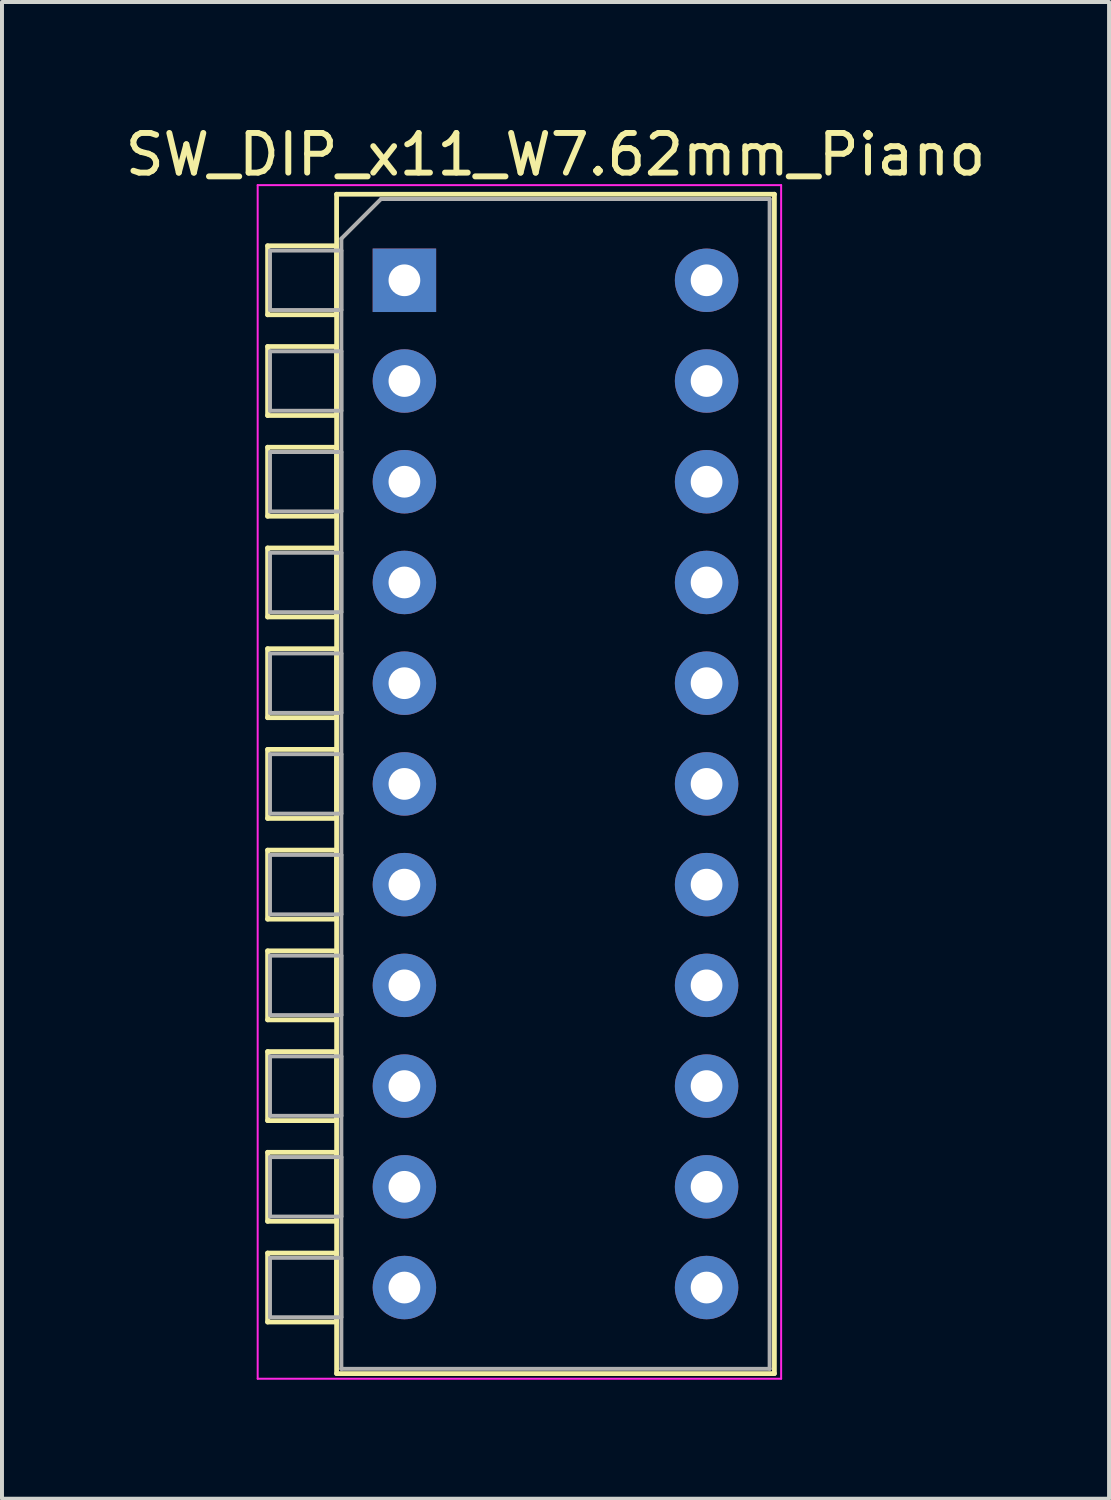
<source format=kicad_pcb>
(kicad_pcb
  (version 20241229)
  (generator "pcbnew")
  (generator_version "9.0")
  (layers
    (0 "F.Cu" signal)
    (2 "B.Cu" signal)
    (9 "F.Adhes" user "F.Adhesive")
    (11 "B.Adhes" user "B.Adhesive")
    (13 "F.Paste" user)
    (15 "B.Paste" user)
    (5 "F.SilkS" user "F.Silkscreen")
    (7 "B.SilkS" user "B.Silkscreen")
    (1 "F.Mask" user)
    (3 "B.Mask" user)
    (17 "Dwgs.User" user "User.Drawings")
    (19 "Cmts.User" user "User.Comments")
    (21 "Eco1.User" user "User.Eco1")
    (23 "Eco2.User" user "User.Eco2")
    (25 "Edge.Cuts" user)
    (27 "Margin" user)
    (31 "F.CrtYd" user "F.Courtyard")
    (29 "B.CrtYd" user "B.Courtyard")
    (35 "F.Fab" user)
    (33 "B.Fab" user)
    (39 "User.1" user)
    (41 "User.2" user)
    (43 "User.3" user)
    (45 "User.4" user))
  (footprint "SW_DIP_x11_W7.62mm_Piano"
    (layer "F.Cu")
    (at 7.148 4.018)
    (property "Reference" "SW_DIP_x11_W7.62mm_Piano" (at 3.81 -3.17 0) (layer "F.SilkS") (effects (font (size 1 1) (thickness 0.15))))
    (attr through_hole)
    (fp_line (start -3.45 -0.87) (end -3.45 0.87) (stroke (width 0.12) (type solid)) (layer "F.SilkS"))
    (fp_line (start -3.45 0.87) (end -1.71 0.87) (stroke (width 0.12) (type solid)) (layer "F.SilkS"))
    (fp_line (start -3.45 1.67) (end -3.45 3.41) (stroke (width 0.12) (type solid)) (layer "F.SilkS"))
    (fp_line (start -3.45 3.41) (end -1.71 3.41) (stroke (width 0.12) (type solid)) (layer "F.SilkS"))
    (fp_line (start -3.45 4.21) (end -3.45 5.95) (stroke (width 0.12) (type solid)) (layer "F.SilkS"))
    (fp_line (start -3.45 5.95) (end -1.71 5.95) (stroke (width 0.12) (type solid)) (layer "F.SilkS"))
    (fp_line (start -3.45 6.75) (end -3.45 8.49) (stroke (width 0.12) (type solid)) (layer "F.SilkS"))
    (fp_line (start -3.45 8.49) (end -1.71 8.49) (stroke (width 0.12) (type solid)) (layer "F.SilkS"))
    (fp_line (start -3.45 9.29) (end -3.45 11.03) (stroke (width 0.12) (type solid)) (layer "F.SilkS"))
    (fp_line (start -3.45 11.03) (end -1.71 11.03) (stroke (width 0.12) (type solid)) (layer "F.SilkS"))
    (fp_line (start -3.45 11.83) (end -3.45 13.57) (stroke (width 0.12) (type solid)) (layer "F.SilkS"))
    (fp_line (start -3.45 13.57) (end -1.71 13.57) (stroke (width 0.12) (type solid)) (layer "F.SilkS"))
    (fp_line (start -3.45 14.37) (end -3.45 16.11) (stroke (width 0.12) (type solid)) (layer "F.SilkS"))
    (fp_line (start -3.45 16.11) (end -1.71 16.11) (stroke (width 0.12) (type solid)) (layer "F.SilkS"))
    (fp_line (start -3.45 16.91) (end -3.45 18.65) (stroke (width 0.12) (type solid)) (layer "F.SilkS"))
    (fp_line (start -3.45 18.65) (end -1.71 18.65) (stroke (width 0.12) (type solid)) (layer "F.SilkS"))
    (fp_line (start -3.45 19.45) (end -3.45 21.19) (stroke (width 0.12) (type solid)) (layer "F.SilkS"))
    (fp_line (start -3.45 21.19) (end -1.71 21.19) (stroke (width 0.12) (type solid)) (layer "F.SilkS"))
    (fp_line (start -3.45 21.99) (end -3.45 23.73) (stroke (width 0.12) (type solid)) (layer "F.SilkS"))
    (fp_line (start -3.45 23.73) (end -1.71 23.73) (stroke (width 0.12) (type solid)) (layer "F.SilkS"))
    (fp_line (start -3.45 24.53) (end -3.45 26.27) (stroke (width 0.12) (type solid)) (layer "F.SilkS"))
    (fp_line (start -3.45 26.27) (end -1.71 26.27) (stroke (width 0.12) (type solid)) (layer "F.SilkS"))
    (fp_line (start -1.71 -2.17) (end 9.33 -2.17) (stroke (width 0.12) (type solid)) (layer "F.SilkS"))
    (fp_line (start -1.71 -0.87) (end -3.45 -0.87) (stroke (width 0.12) (type solid)) (layer "F.SilkS"))
    (fp_line (start -1.71 0.87) (end -1.71 -0.87) (stroke (width 0.12) (type solid)) (layer "F.SilkS"))
    (fp_line (start -1.71 1.67) (end -3.45 1.67) (stroke (width 0.12) (type solid)) (layer "F.SilkS"))
    (fp_line (start -1.71 3.41) (end -1.71 1.67) (stroke (width 0.12) (type solid)) (layer "F.SilkS"))
    (fp_line (start -1.71 4.21) (end -3.45 4.21) (stroke (width 0.12) (type solid)) (layer "F.SilkS"))
    (fp_line (start -1.71 5.95) (end -1.71 4.21) (stroke (width 0.12) (type solid)) (layer "F.SilkS"))
    (fp_line (start -1.71 6.75) (end -3.45 6.75) (stroke (width 0.12) (type solid)) (layer "F.SilkS"))
    (fp_line (start -1.71 8.49) (end -1.71 6.75) (stroke (width 0.12) (type solid)) (layer "F.SilkS"))
    (fp_line (start -1.71 9.29) (end -3.45 9.29) (stroke (width 0.12) (type solid)) (layer "F.SilkS"))
    (fp_line (start -1.71 11.03) (end -1.71 9.29) (stroke (width 0.12) (type solid)) (layer "F.SilkS"))
    (fp_line (start -1.71 11.83) (end -3.45 11.83) (stroke (width 0.12) (type solid)) (layer "F.SilkS"))
    (fp_line (start -1.71 13.57) (end -1.71 11.83) (stroke (width 0.12) (type solid)) (layer "F.SilkS"))
    (fp_line (start -1.71 14.37) (end -3.45 14.37) (stroke (width 0.12) (type solid)) (layer "F.SilkS"))
    (fp_line (start -1.71 16.11) (end -1.71 14.37) (stroke (width 0.12) (type solid)) (layer "F.SilkS"))
    (fp_line (start -1.71 16.91) (end -3.45 16.91) (stroke (width 0.12) (type solid)) (layer "F.SilkS"))
    (fp_line (start -1.71 18.65) (end -1.71 16.91) (stroke (width 0.12) (type solid)) (layer "F.SilkS"))
    (fp_line (start -1.71 19.45) (end -3.45 19.45) (stroke (width 0.12) (type solid)) (layer "F.SilkS"))
    (fp_line (start -1.71 21.19) (end -1.71 19.45) (stroke (width 0.12) (type solid)) (layer "F.SilkS"))
    (fp_line (start -1.71 21.99) (end -3.45 21.99) (stroke (width 0.12) (type solid)) (layer "F.SilkS"))
    (fp_line (start -1.71 23.73) (end -1.71 21.99) (stroke (width 0.12) (type solid)) (layer "F.SilkS"))
    (fp_line (start -1.71 24.53) (end -3.45 24.53) (stroke (width 0.12) (type solid)) (layer "F.SilkS"))
    (fp_line (start -1.71 26.27) (end -1.71 24.53) (stroke (width 0.12) (type solid)) (layer "F.SilkS"))
    (fp_line (start -1.71 27.57) (end -1.71 -2.17) (stroke (width 0.12) (type solid)) (layer "F.SilkS"))
    (fp_line (start 9.33 -2.17) (end 9.33 27.57) (stroke (width 0.12) (type solid)) (layer "F.SilkS"))
    (fp_line (start 9.33 27.57) (end -1.71 27.57) (stroke (width 0.12) (type solid)) (layer "F.SilkS"))
    (fp_line (start -3.7 -2.4) (end -3.7 27.7) (stroke (width 0.05) (type solid)) (layer "F.CrtYd"))
    (fp_line (start -3.7 27.7) (end 9.5 27.7) (stroke (width 0.05) (type solid)) (layer "F.CrtYd"))
    (fp_line (start 9.5 -2.4) (end -3.7 -2.4) (stroke (width 0.05) (type solid)) (layer "F.CrtYd"))
    (fp_line (start 9.5 27.7) (end 9.5 -2.4) (stroke (width 0.05) (type solid)) (layer "F.CrtYd"))
    (fp_line (start -3.39 -0.75) (end -1.59 -0.75) (stroke (width 0.1) (type solid)) (layer "F.Fab"))
    (fp_line (start -3.39 0.75) (end -3.39 -0.75) (stroke (width 0.1) (type solid)) (layer "F.Fab"))
    (fp_line (start -3.39 1.79) (end -1.59 1.79) (stroke (width 0.1) (type solid)) (layer "F.Fab"))
    (fp_line (start -3.39 3.29) (end -3.39 1.79) (stroke (width 0.1) (type solid)) (layer "F.Fab"))
    (fp_line (start -3.39 4.33) (end -1.59 4.33) (stroke (width 0.1) (type solid)) (layer "F.Fab"))
    (fp_line (start -3.39 5.83) (end -3.39 4.33) (stroke (width 0.1) (type solid)) (layer "F.Fab"))
    (fp_line (start -3.39 6.87) (end -1.59 6.87) (stroke (width 0.1) (type solid)) (layer "F.Fab"))
    (fp_line (start -3.39 8.37) (end -3.39 6.87) (stroke (width 0.1) (type solid)) (layer "F.Fab"))
    (fp_line (start -3.39 9.41) (end -1.59 9.41) (stroke (width 0.1) (type solid)) (layer "F.Fab"))
    (fp_line (start -3.39 10.91) (end -3.39 9.41) (stroke (width 0.1) (type solid)) (layer "F.Fab"))
    (fp_line (start -3.39 11.95) (end -1.59 11.95) (stroke (width 0.1) (type solid)) (layer "F.Fab"))
    (fp_line (start -3.39 13.45) (end -3.39 11.95) (stroke (width 0.1) (type solid)) (layer "F.Fab"))
    (fp_line (start -3.39 14.49) (end -1.59 14.49) (stroke (width 0.1) (type solid)) (layer "F.Fab"))
    (fp_line (start -3.39 15.99) (end -3.39 14.49) (stroke (width 0.1) (type solid)) (layer "F.Fab"))
    (fp_line (start -3.39 17.03) (end -1.59 17.03) (stroke (width 0.1) (type solid)) (layer "F.Fab"))
    (fp_line (start -3.39 18.53) (end -3.39 17.03) (stroke (width 0.1) (type solid)) (layer "F.Fab"))
    (fp_line (start -3.39 19.57) (end -1.59 19.57) (stroke (width 0.1) (type solid)) (layer "F.Fab"))
    (fp_line (start -3.39 21.07) (end -3.39 19.57) (stroke (width 0.1) (type solid)) (layer "F.Fab"))
    (fp_line (start -3.39 22.11) (end -1.59 22.11) (stroke (width 0.1) (type solid)) (layer "F.Fab"))
    (fp_line (start -3.39 23.61) (end -3.39 22.11) (stroke (width 0.1) (type solid)) (layer "F.Fab"))
    (fp_line (start -3.39 24.65) (end -1.59 24.65) (stroke (width 0.1) (type solid)) (layer "F.Fab"))
    (fp_line (start -3.39 26.15) (end -3.39 24.65) (stroke (width 0.1) (type solid)) (layer "F.Fab"))
    (fp_line (start -1.59 -1.05) (end -0.59 -2.05) (stroke (width 0.1) (type solid)) (layer "F.Fab"))
    (fp_line (start -1.59 -0.75) (end -1.59 0.75) (stroke (width 0.1) (type solid)) (layer "F.Fab"))
    (fp_line (start -1.59 0.75) (end -3.39 0.75) (stroke (width 0.1) (type solid)) (layer "F.Fab"))
    (fp_line (start -1.59 1.79) (end -1.59 3.29) (stroke (width 0.1) (type solid)) (layer "F.Fab"))
    (fp_line (start -1.59 3.29) (end -3.39 3.29) (stroke (width 0.1) (type solid)) (layer "F.Fab"))
    (fp_line (start -1.59 4.33) (end -1.59 5.83) (stroke (width 0.1) (type solid)) (layer "F.Fab"))
    (fp_line (start -1.59 5.83) (end -3.39 5.83) (stroke (width 0.1) (type solid)) (layer "F.Fab"))
    (fp_line (start -1.59 6.87) (end -1.59 8.37) (stroke (width 0.1) (type solid)) (layer "F.Fab"))
    (fp_line (start -1.59 8.37) (end -3.39 8.37) (stroke (width 0.1) (type solid)) (layer "F.Fab"))
    (fp_line (start -1.59 9.41) (end -1.59 10.91) (stroke (width 0.1) (type solid)) (layer "F.Fab"))
    (fp_line (start -1.59 10.91) (end -3.39 10.91) (stroke (width 0.1) (type solid)) (layer "F.Fab"))
    (fp_line (start -1.59 11.95) (end -1.59 13.45) (stroke (width 0.1) (type solid)) (layer "F.Fab"))
    (fp_line (start -1.59 13.45) (end -3.39 13.45) (stroke (width 0.1) (type solid)) (layer "F.Fab"))
    (fp_line (start -1.59 14.49) (end -1.59 15.99) (stroke (width 0.1) (type solid)) (layer "F.Fab"))
    (fp_line (start -1.59 15.99) (end -3.39 15.99) (stroke (width 0.1) (type solid)) (layer "F.Fab"))
    (fp_line (start -1.59 17.03) (end -1.59 18.53) (stroke (width 0.1) (type solid)) (layer "F.Fab"))
    (fp_line (start -1.59 18.53) (end -3.39 18.53) (stroke (width 0.1) (type solid)) (layer "F.Fab"))
    (fp_line (start -1.59 19.57) (end -1.59 21.07) (stroke (width 0.1) (type solid)) (layer "F.Fab"))
    (fp_line (start -1.59 21.07) (end -3.39 21.07) (stroke (width 0.1) (type solid)) (layer "F.Fab"))
    (fp_line (start -1.59 22.11) (end -1.59 23.61) (stroke (width 0.1) (type solid)) (layer "F.Fab"))
    (fp_line (start -1.59 23.61) (end -3.39 23.61) (stroke (width 0.1) (type solid)) (layer "F.Fab"))
    (fp_line (start -1.59 24.65) (end -1.59 26.15) (stroke (width 0.1) (type solid)) (layer "F.Fab"))
    (fp_line (start -1.59 26.15) (end -3.39 26.15) (stroke (width 0.1) (type solid)) (layer "F.Fab"))
    (fp_line (start -1.59 27.45) (end -1.59 -1.05) (stroke (width 0.1) (type solid)) (layer "F.Fab"))
    (fp_line (start -0.59 -2.05) (end 9.21 -2.05) (stroke (width 0.1) (type solid)) (layer "F.Fab"))
    (fp_line (start 9.21 -2.05) (end 9.21 27.45) (stroke (width 0.1) (type solid)) (layer "F.Fab"))
    (fp_line (start 9.21 27.45) (end -1.59 27.45) (stroke (width 0.1) (type solid)) (layer "F.Fab"))
    (pad "1" thru_hole rect (at 0 0) (size 1.6 1.6) (drill 0.8) (layers "*.Cu" "*.Mask"))
    (pad "2" thru_hole oval (at 0 2.54) (size 1.6 1.6) (drill 0.8) (layers "*.Cu" "*.Mask"))
    (pad "3" thru_hole oval (at 0 5.08) (size 1.6 1.6) (drill 0.8) (layers "*.Cu" "*.Mask"))
    (pad "4" thru_hole oval (at 0 7.62) (size 1.6 1.6) (drill 0.8) (layers "*.Cu" "*.Mask"))
    (pad "5" thru_hole oval (at 0 10.16) (size 1.6 1.6) (drill 0.8) (layers "*.Cu" "*.Mask"))
    (pad "6" thru_hole oval (at 0 12.7) (size 1.6 1.6) (drill 0.8) (layers "*.Cu" "*.Mask"))
    (pad "7" thru_hole oval (at 0 15.24) (size 1.6 1.6) (drill 0.8) (layers "*.Cu" "*.Mask"))
    (pad "8" thru_hole oval (at 0 17.78) (size 1.6 1.6) (drill 0.8) (layers "*.Cu" "*.Mask"))
    (pad "9" thru_hole oval (at 0 20.32) (size 1.6 1.6) (drill 0.8) (layers "*.Cu" "*.Mask"))
    (pad "10" thru_hole oval (at 0 22.86) (size 1.6 1.6) (drill 0.8) (layers "*.Cu" "*.Mask"))
    (pad "11" thru_hole oval (at 0 25.4) (size 1.6 1.6) (drill 0.8) (layers "*.Cu" "*.Mask"))
    (pad "12" thru_hole oval (at 7.62 25.4) (size 1.6 1.6) (drill 0.8) (layers "*.Cu" "*.Mask"))
    (pad "13" thru_hole oval (at 7.62 22.86) (size 1.6 1.6) (drill 0.8) (layers "*.Cu" "*.Mask"))
    (pad "14" thru_hole oval (at 7.62 20.32) (size 1.6 1.6) (drill 0.8) (layers "*.Cu" "*.Mask"))
    (pad "15" thru_hole oval (at 7.62 17.78) (size 1.6 1.6) (drill 0.8) (layers "*.Cu" "*.Mask"))
    (pad "16" thru_hole oval (at 7.62 15.24) (size 1.6 1.6) (drill 0.8) (layers "*.Cu" "*.Mask"))
    (pad "17" thru_hole oval (at 7.62 12.7) (size 1.6 1.6) (drill 0.8) (layers "*.Cu" "*.Mask"))
    (pad "18" thru_hole oval (at 7.62 10.16) (size 1.6 1.6) (drill 0.8) (layers "*.Cu" "*.Mask"))
    (pad "19" thru_hole oval (at 7.62 7.62) (size 1.6 1.6) (drill 0.8) (layers "*.Cu" "*.Mask"))
    (pad "20" thru_hole oval (at 7.62 5.08) (size 1.6 1.6) (drill 0.8) (layers "*.Cu" "*.Mask"))
    (pad "21" thru_hole oval (at 7.62 2.54) (size 1.6 1.6) (drill 0.8) (layers "*.Cu" "*.Mask"))
    (pad "22" thru_hole oval (at 7.62 0) (size 1.6 1.6) (drill 0.8) (layers "*.Cu" "*.Mask")))
  (gr_rect
    (start -3 -3)
    (end 24.917 34.743)
    (stroke (width 0.1) (type default))
    (fill no)
    (layer "Edge.Cuts")))
</source>
